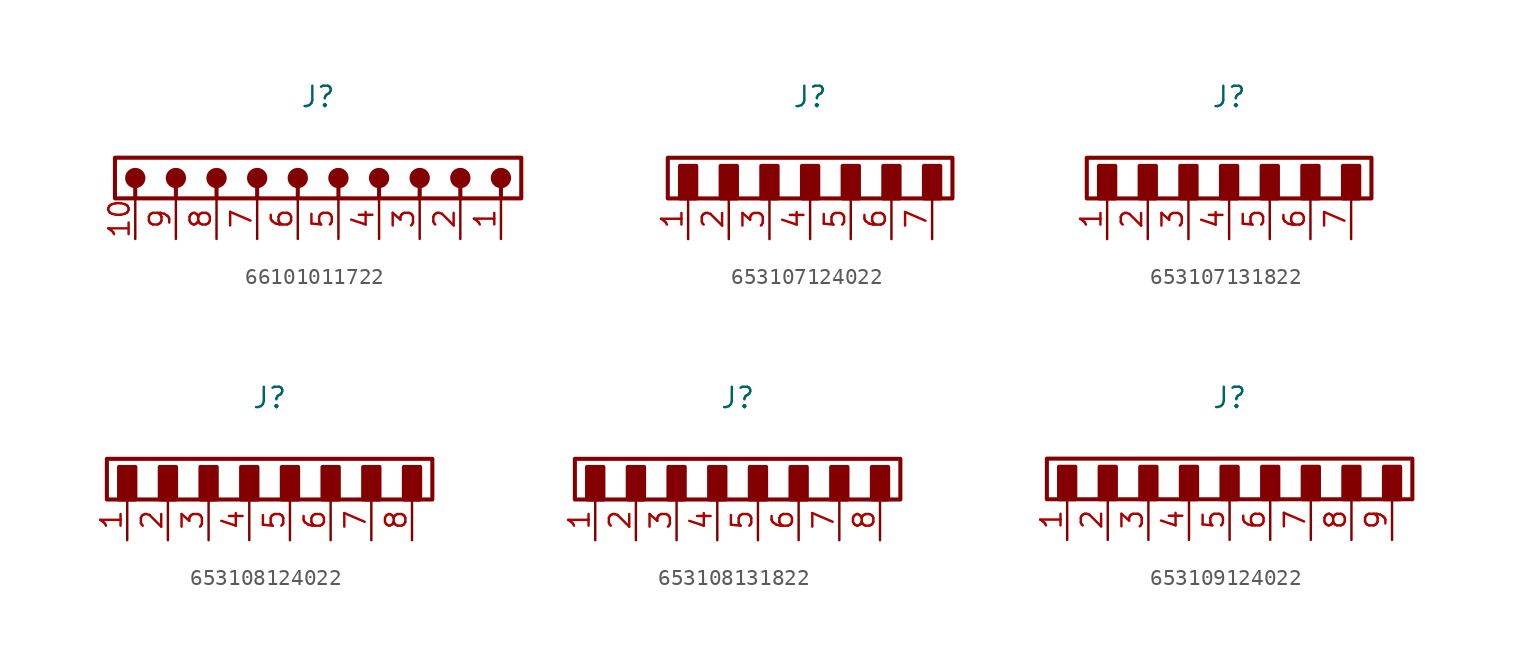
<source format=kicad_sym>
(kicad_symbol_lib
  (version 20241209)
  (generator "kicad_symbol_editor")
  (generator_version "9.0")
  (symbol "66101011722"
    (pin_names
      (hide yes))
    (property "Reference" "J"
      (at 0 5.08 0)
      (effects (font (size 1.27 1.27))))
    (symbol "66101011722_1_1"
      (rectangle (start -12.7 1.27) (end 12.7 -1.27) (stroke (width 0.254) (type solid)) (fill (type none)))
      (circle (center -11.43 0) (radius 0.508) (stroke (width 0.254) (type solid)) (fill (type outline)))
      (polyline (pts (xy -11.43 -0.508) (xy -11.43 -1.27)) (stroke (width 0.254) (type solid)) (fill (type none)))
      (circle (center -8.89 0) (radius 0.508) (stroke (width 0.254) (type solid)) (fill (type outline)))
      (polyline (pts (xy -8.89 -0.508) (xy -8.89 -1.27)) (stroke (width 0.254) (type solid)) (fill (type none)))
      (circle (center -6.35 0) (radius 0.508) (stroke (width 0.254) (type solid)) (fill (type outline)))
      (polyline (pts (xy -6.35 -0.508) (xy -6.35 -1.27)) (stroke (width 0.254) (type solid)) (fill (type none)))
      (circle (center -3.81 0) (radius 0.508) (stroke (width 0.254) (type solid)) (fill (type outline)))
      (polyline (pts (xy -3.81 -0.508) (xy -3.81 -1.27)) (stroke (width 0.254) (type solid)) (fill (type none)))
      (circle (center -1.27 0) (radius 0.508) (stroke (width 0.254) (type solid)) (fill (type outline)))
      (polyline (pts (xy -1.27 -0.508) (xy -1.27 -1.27)) (stroke (width 0.254) (type solid)) (fill (type none)))
      (circle (center 1.27 0) (radius 0.508) (stroke (width 0.254) (type solid)) (fill (type outline)))
      (polyline (pts (xy 1.27 -0.508) (xy 1.27 -1.27)) (stroke (width 0.254) (type solid)) (fill (type none)))
      (circle (center 3.81 0) (radius 0.508) (stroke (width 0.254) (type solid)) (fill (type outline)))
      (polyline (pts (xy 3.81 -0.508) (xy 3.81 -1.27)) (stroke (width 0.254) (type solid)) (fill (type none)))
      (circle (center 6.35 0) (radius 0.508) (stroke (width 0.254) (type solid)) (fill (type outline)))
      (polyline (pts (xy 6.35 -0.508) (xy 6.35 -1.27)) (stroke (width 0.254) (type solid)) (fill (type none)))
      (circle (center 8.89 0) (radius 0.508) (stroke (width 0.254) (type solid)) (fill (type outline)))
      (polyline (pts (xy 8.89 -0.508) (xy 8.89 -1.27)) (stroke (width 0.254) (type solid)) (fill (type none)))
      (circle (center 11.43 0) (radius 0.508) (stroke (width 0.254) (type solid)) (fill (type outline)))
      (polyline (pts (xy 11.43 -0.508) (xy 11.43 -1.27)) (stroke (width 0.254) (type solid)) (fill (type none)))
      (pin passive line (at -11.43 -3.81 90) (length 2.54) (name "10" (effects (font (size 1.27 1.27)))) (number "10" (effects (font (size 1.27 1.27)))))
      (pin passive line (at -8.89 -3.81 90) (length 2.54) (name "9" (effects (font (size 1.27 1.27)))) (number "9" (effects (font (size 1.27 1.27)))))
      (pin passive line (at -6.35 -3.81 90) (length 2.54) (name "8" (effects (font (size 1.27 1.27)))) (number "8" (effects (font (size 1.27 1.27)))))
      (pin passive line (at -3.81 -3.81 90) (length 2.54) (name "7" (effects (font (size 1.27 1.27)))) (number "7" (effects (font (size 1.27 1.27)))))
      (pin passive line (at -1.27 -3.81 90) (length 2.54) (name "6" (effects (font (size 1.27 1.27)))) (number "6" (effects (font (size 1.27 1.27)))))
      (pin passive line (at 1.27 -3.81 90) (length 2.54) (name "5" (effects (font (size 1.27 1.27)))) (number "5" (effects (font (size 1.27 1.27)))))
      (pin passive line (at 3.81 -3.81 90) (length 2.54) (name "4" (effects (font (size 1.27 1.27)))) (number "4" (effects (font (size 1.27 1.27)))))
      (pin passive line (at 6.35 -3.81 90) (length 2.54) (name "3" (effects (font (size 1.27 1.27)))) (number "3" (effects (font (size 1.27 1.27)))))
      (pin passive line (at 8.89 -3.81 90) (length 2.54) (name "2" (effects (font (size 1.27 1.27)))) (number "2" (effects (font (size 1.27 1.27)))))
      (pin passive line (at 11.43 -3.81 90) (length 2.54) (name "1" (effects (font (size 1.27 1.27)))) (number "1" (effects (font (size 1.27 1.27)))))))
  (symbol "653107124022"
    (pin_names
      (hide yes))
    (property "Reference" "J"
      (at 0 5.08 0)
      (effects (font (size 1.27 1.27))))
    (symbol "653107124022_1_1"
      (rectangle (start -8.89 1.27) (end 8.89 -1.27) (stroke (width 0.254) (type solid)) (fill (type none)))
      (rectangle (start -7.112 0.762) (end -8.128 -1.27) (stroke (width 0.254) (type solid)) (fill (type outline)))
      (rectangle (start -4.572 0.762) (end -5.588 -1.27) (stroke (width 0.254) (type solid)) (fill (type outline)))
      (rectangle (start -2.032 0.762) (end -3.048 -1.27) (stroke (width 0.254) (type solid)) (fill (type outline)))
      (rectangle (start 0.508 0.762) (end -0.508 -1.27) (stroke (width 0.254) (type solid)) (fill (type outline)))
      (rectangle (start 3.048 0.762) (end 2.032 -1.27) (stroke (width 0.254) (type solid)) (fill (type outline)))
      (rectangle (start 5.588 0.762) (end 4.572 -1.27) (stroke (width 0.254) (type solid)) (fill (type outline)))
      (rectangle (start 8.128 0.762) (end 7.112 -1.27) (stroke (width 0.254) (type solid)) (fill (type outline)))
      (pin passive line (at -7.62 -3.81 90) (length 2.54) (name "1" (effects (font (size 1.27 1.27)))) (number "1" (effects (font (size 1.27 1.27)))))
      (pin passive line (at -5.08 -3.81 90) (length 2.54) (name "2" (effects (font (size 1.27 1.27)))) (number "2" (effects (font (size 1.27 1.27)))))
      (pin passive line (at -2.54 -3.81 90) (length 2.54) (name "3" (effects (font (size 1.27 1.27)))) (number "3" (effects (font (size 1.27 1.27)))))
      (pin passive line (at 0 -3.81 90) (length 2.54) (name "4" (effects (font (size 1.27 1.27)))) (number "4" (effects (font (size 1.27 1.27)))))
      (pin passive line (at 2.54 -3.81 90) (length 2.54) (name "5" (effects (font (size 1.27 1.27)))) (number "5" (effects (font (size 1.27 1.27)))))
      (pin passive line (at 5.08 -3.81 90) (length 2.54) (name "6" (effects (font (size 1.27 1.27)))) (number "6" (effects (font (size 1.27 1.27)))))
      (pin passive line (at 7.62 -3.81 90) (length 2.54) (name "7" (effects (font (size 1.27 1.27)))) (number "7" (effects (font (size 1.27 1.27)))))))
  (symbol "653107131822"
    (pin_names
      (hide yes))
    (property "Reference" "J"
      (at 0 5.08 0)
      (effects (font (size 1.27 1.27))))
    (symbol "653107131822_1_1"
      (rectangle (start -8.89 1.27) (end 8.89 -1.27) (stroke (width 0.254) (type solid)) (fill (type none)))
      (rectangle (start -7.112 0.762) (end -8.128 -1.27) (stroke (width 0.254) (type solid)) (fill (type outline)))
      (rectangle (start -4.572 0.762) (end -5.588 -1.27) (stroke (width 0.254) (type solid)) (fill (type outline)))
      (rectangle (start -2.032 0.762) (end -3.048 -1.27) (stroke (width 0.254) (type solid)) (fill (type outline)))
      (rectangle (start 0.508 0.762) (end -0.508 -1.27) (stroke (width 0.254) (type solid)) (fill (type outline)))
      (rectangle (start 3.048 0.762) (end 2.032 -1.27) (stroke (width 0.254) (type solid)) (fill (type outline)))
      (rectangle (start 5.588 0.762) (end 4.572 -1.27) (stroke (width 0.254) (type solid)) (fill (type outline)))
      (rectangle (start 8.128 0.762) (end 7.112 -1.27) (stroke (width 0.254) (type solid)) (fill (type outline)))
      (pin passive line (at -7.62 -3.81 90) (length 2.54) (name "1" (effects (font (size 1.27 1.27)))) (number "1" (effects (font (size 1.27 1.27)))))
      (pin passive line (at -5.08 -3.81 90) (length 2.54) (name "2" (effects (font (size 1.27 1.27)))) (number "2" (effects (font (size 1.27 1.27)))))
      (pin passive line (at -2.54 -3.81 90) (length 2.54) (name "3" (effects (font (size 1.27 1.27)))) (number "3" (effects (font (size 1.27 1.27)))))
      (pin passive line (at 0 -3.81 90) (length 2.54) (name "4" (effects (font (size 1.27 1.27)))) (number "4" (effects (font (size 1.27 1.27)))))
      (pin passive line (at 2.54 -3.81 90) (length 2.54) (name "5" (effects (font (size 1.27 1.27)))) (number "5" (effects (font (size 1.27 1.27)))))
      (pin passive line (at 5.08 -3.81 90) (length 2.54) (name "6" (effects (font (size 1.27 1.27)))) (number "6" (effects (font (size 1.27 1.27)))))
      (pin passive line (at 7.62 -3.81 90) (length 2.54) (name "7" (effects (font (size 1.27 1.27)))) (number "7" (effects (font (size 1.27 1.27)))))))
  (symbol "653108124022"
    (pin_names
      (hide yes))
    (property "Reference" "J"
      (at 0 5.08 0)
      (effects (font (size 1.27 1.27))))
    (symbol "653108124022_1_1"
      (rectangle (start -10.16 1.27) (end 10.16 -1.27) (stroke (width 0.254) (type solid)) (fill (type none)))
      (rectangle (start -8.382 0.762) (end -9.398 -1.27) (stroke (width 0.254) (type solid)) (fill (type outline)))
      (rectangle (start -5.842 0.762) (end -6.858 -1.27) (stroke (width 0.254) (type solid)) (fill (type outline)))
      (rectangle (start -3.302 0.762) (end -4.318 -1.27) (stroke (width 0.254) (type solid)) (fill (type outline)))
      (rectangle (start -0.762 0.762) (end -1.778 -1.27) (stroke (width 0.254) (type solid)) (fill (type outline)))
      (rectangle (start 1.778 0.762) (end 0.762 -1.27) (stroke (width 0.254) (type solid)) (fill (type outline)))
      (rectangle (start 4.318 0.762) (end 3.302 -1.27) (stroke (width 0.254) (type solid)) (fill (type outline)))
      (rectangle (start 6.858 0.762) (end 5.842 -1.27) (stroke (width 0.254) (type solid)) (fill (type outline)))
      (rectangle (start 9.398 0.762) (end 8.382 -1.27) (stroke (width 0.254) (type solid)) (fill (type outline)))
      (pin passive line (at -8.89 -3.81 90) (length 2.54) (name "1" (effects (font (size 1.27 1.27)))) (number "1" (effects (font (size 1.27 1.27)))))
      (pin passive line (at -6.35 -3.81 90) (length 2.54) (name "2" (effects (font (size 1.27 1.27)))) (number "2" (effects (font (size 1.27 1.27)))))
      (pin passive line (at -3.81 -3.81 90) (length 2.54) (name "3" (effects (font (size 1.27 1.27)))) (number "3" (effects (font (size 1.27 1.27)))))
      (pin passive line (at -1.27 -3.81 90) (length 2.54) (name "4" (effects (font (size 1.27 1.27)))) (number "4" (effects (font (size 1.27 1.27)))))
      (pin passive line (at 1.27 -3.81 90) (length 2.54) (name "5" (effects (font (size 1.27 1.27)))) (number "5" (effects (font (size 1.27 1.27)))))
      (pin passive line (at 3.81 -3.81 90) (length 2.54) (name "6" (effects (font (size 1.27 1.27)))) (number "6" (effects (font (size 1.27 1.27)))))
      (pin passive line (at 6.35 -3.81 90) (length 2.54) (name "7" (effects (font (size 1.27 1.27)))) (number "7" (effects (font (size 1.27 1.27)))))
      (pin passive line (at 8.89 -3.81 90) (length 2.54) (name "8" (effects (font (size 1.27 1.27)))) (number "8" (effects (font (size 1.27 1.27)))))))
  (symbol "653108131822"
    (pin_names
      (hide yes))
    (property "Reference" "J"
      (at 0 5.08 0)
      (effects (font (size 1.27 1.27))))
    (symbol "653108131822_1_1"
      (rectangle (start -10.16 1.27) (end 10.16 -1.27) (stroke (width 0.254) (type solid)) (fill (type none)))
      (rectangle (start -8.382 0.762) (end -9.398 -1.27) (stroke (width 0.254) (type solid)) (fill (type outline)))
      (rectangle (start -5.842 0.762) (end -6.858 -1.27) (stroke (width 0.254) (type solid)) (fill (type outline)))
      (rectangle (start -3.302 0.762) (end -4.318 -1.27) (stroke (width 0.254) (type solid)) (fill (type outline)))
      (rectangle (start -0.762 0.762) (end -1.778 -1.27) (stroke (width 0.254) (type solid)) (fill (type outline)))
      (rectangle (start 1.778 0.762) (end 0.762 -1.27) (stroke (width 0.254) (type solid)) (fill (type outline)))
      (rectangle (start 4.318 0.762) (end 3.302 -1.27) (stroke (width 0.254) (type solid)) (fill (type outline)))
      (rectangle (start 6.858 0.762) (end 5.842 -1.27) (stroke (width 0.254) (type solid)) (fill (type outline)))
      (rectangle (start 9.398 0.762) (end 8.382 -1.27) (stroke (width 0.254) (type solid)) (fill (type outline)))
      (pin passive line (at -8.89 -3.81 90) (length 2.54) (name "1" (effects (font (size 1.27 1.27)))) (number "1" (effects (font (size 1.27 1.27)))))
      (pin passive line (at -6.35 -3.81 90) (length 2.54) (name "2" (effects (font (size 1.27 1.27)))) (number "2" (effects (font (size 1.27 1.27)))))
      (pin passive line (at -3.81 -3.81 90) (length 2.54) (name "3" (effects (font (size 1.27 1.27)))) (number "3" (effects (font (size 1.27 1.27)))))
      (pin passive line (at -1.27 -3.81 90) (length 2.54) (name "4" (effects (font (size 1.27 1.27)))) (number "4" (effects (font (size 1.27 1.27)))))
      (pin passive line (at 1.27 -3.81 90) (length 2.54) (name "5" (effects (font (size 1.27 1.27)))) (number "5" (effects (font (size 1.27 1.27)))))
      (pin passive line (at 3.81 -3.81 90) (length 2.54) (name "6" (effects (font (size 1.27 1.27)))) (number "6" (effects (font (size 1.27 1.27)))))
      (pin passive line (at 6.35 -3.81 90) (length 2.54) (name "7" (effects (font (size 1.27 1.27)))) (number "7" (effects (font (size 1.27 1.27)))))
      (pin passive line (at 8.89 -3.81 90) (length 2.54) (name "8" (effects (font (size 1.27 1.27)))) (number "8" (effects (font (size 1.27 1.27)))))))
  (symbol "653109124022"
    (pin_names
      (hide yes))
    (property "Reference" "J"
      (at 0 5.08 0)
      (effects (font (size 1.27 1.27))))
    (symbol "653109124022_1_1"
      (rectangle (start -11.43 1.27) (end 11.43 -1.27) (stroke (width 0.254) (type solid)) (fill (type none)))
      (rectangle (start -9.652 0.762) (end -10.668 -1.27) (stroke (width 0.254) (type solid)) (fill (type outline)))
      (rectangle (start -7.112 0.762) (end -8.128 -1.27) (stroke (width 0.254) (type solid)) (fill (type outline)))
      (rectangle (start -4.572 0.762) (end -5.588 -1.27) (stroke (width 0.254) (type solid)) (fill (type outline)))
      (rectangle (start -2.032 0.762) (end -3.048 -1.27) (stroke (width 0.254) (type solid)) (fill (type outline)))
      (rectangle (start 0.508 0.762) (end -0.508 -1.27) (stroke (width 0.254) (type solid)) (fill (type outline)))
      (rectangle (start 3.048 0.762) (end 2.032 -1.27) (stroke (width 0.254) (type solid)) (fill (type outline)))
      (rectangle (start 5.588 0.762) (end 4.572 -1.27) (stroke (width 0.254) (type solid)) (fill (type outline)))
      (rectangle (start 8.128 0.762) (end 7.112 -1.27) (stroke (width 0.254) (type solid)) (fill (type outline)))
      (rectangle (start 10.668 0.762) (end 9.652 -1.27) (stroke (width 0.254) (type solid)) (fill (type outline)))
      (pin passive line (at -10.16 -3.81 90) (length 2.54) (name "1" (effects (font (size 1.27 1.27)))) (number "1" (effects (font (size 1.27 1.27)))))
      (pin passive line (at -7.62 -3.81 90) (length 2.54) (name "2" (effects (font (size 1.27 1.27)))) (number "2" (effects (font (size 1.27 1.27)))))
      (pin passive line (at -5.08 -3.81 90) (length 2.54) (name "3" (effects (font (size 1.27 1.27)))) (number "3" (effects (font (size 1.27 1.27)))))
      (pin passive line (at -2.54 -3.81 90) (length 2.54) (name "4" (effects (font (size 1.27 1.27)))) (number "4" (effects (font (size 1.27 1.27)))))
      (pin passive line (at 0 -3.81 90) (length 2.54) (name "5" (effects (font (size 1.27 1.27)))) (number "5" (effects (font (size 1.27 1.27)))))
      (pin passive line (at 2.54 -3.81 90) (length 2.54) (name "6" (effects (font (size 1.27 1.27)))) (number "6" (effects (font (size 1.27 1.27)))))
      (pin passive line (at 5.08 -3.81 90) (length 2.54) (name "7" (effects (font (size 1.27 1.27)))) (number "7" (effects (font (size 1.27 1.27)))))
      (pin passive line (at 7.62 -3.81 90) (length 2.54) (name "8" (effects (font (size 1.27 1.27)))) (number "8" (effects (font (size 1.27 1.27)))))
      (pin passive line (at 10.16 -3.81 90) (length 2.54) (name "9" (effects (font (size 1.27 1.27)))) (number "9" (effects (font (size 1.27 1.27))))))))
</source>
